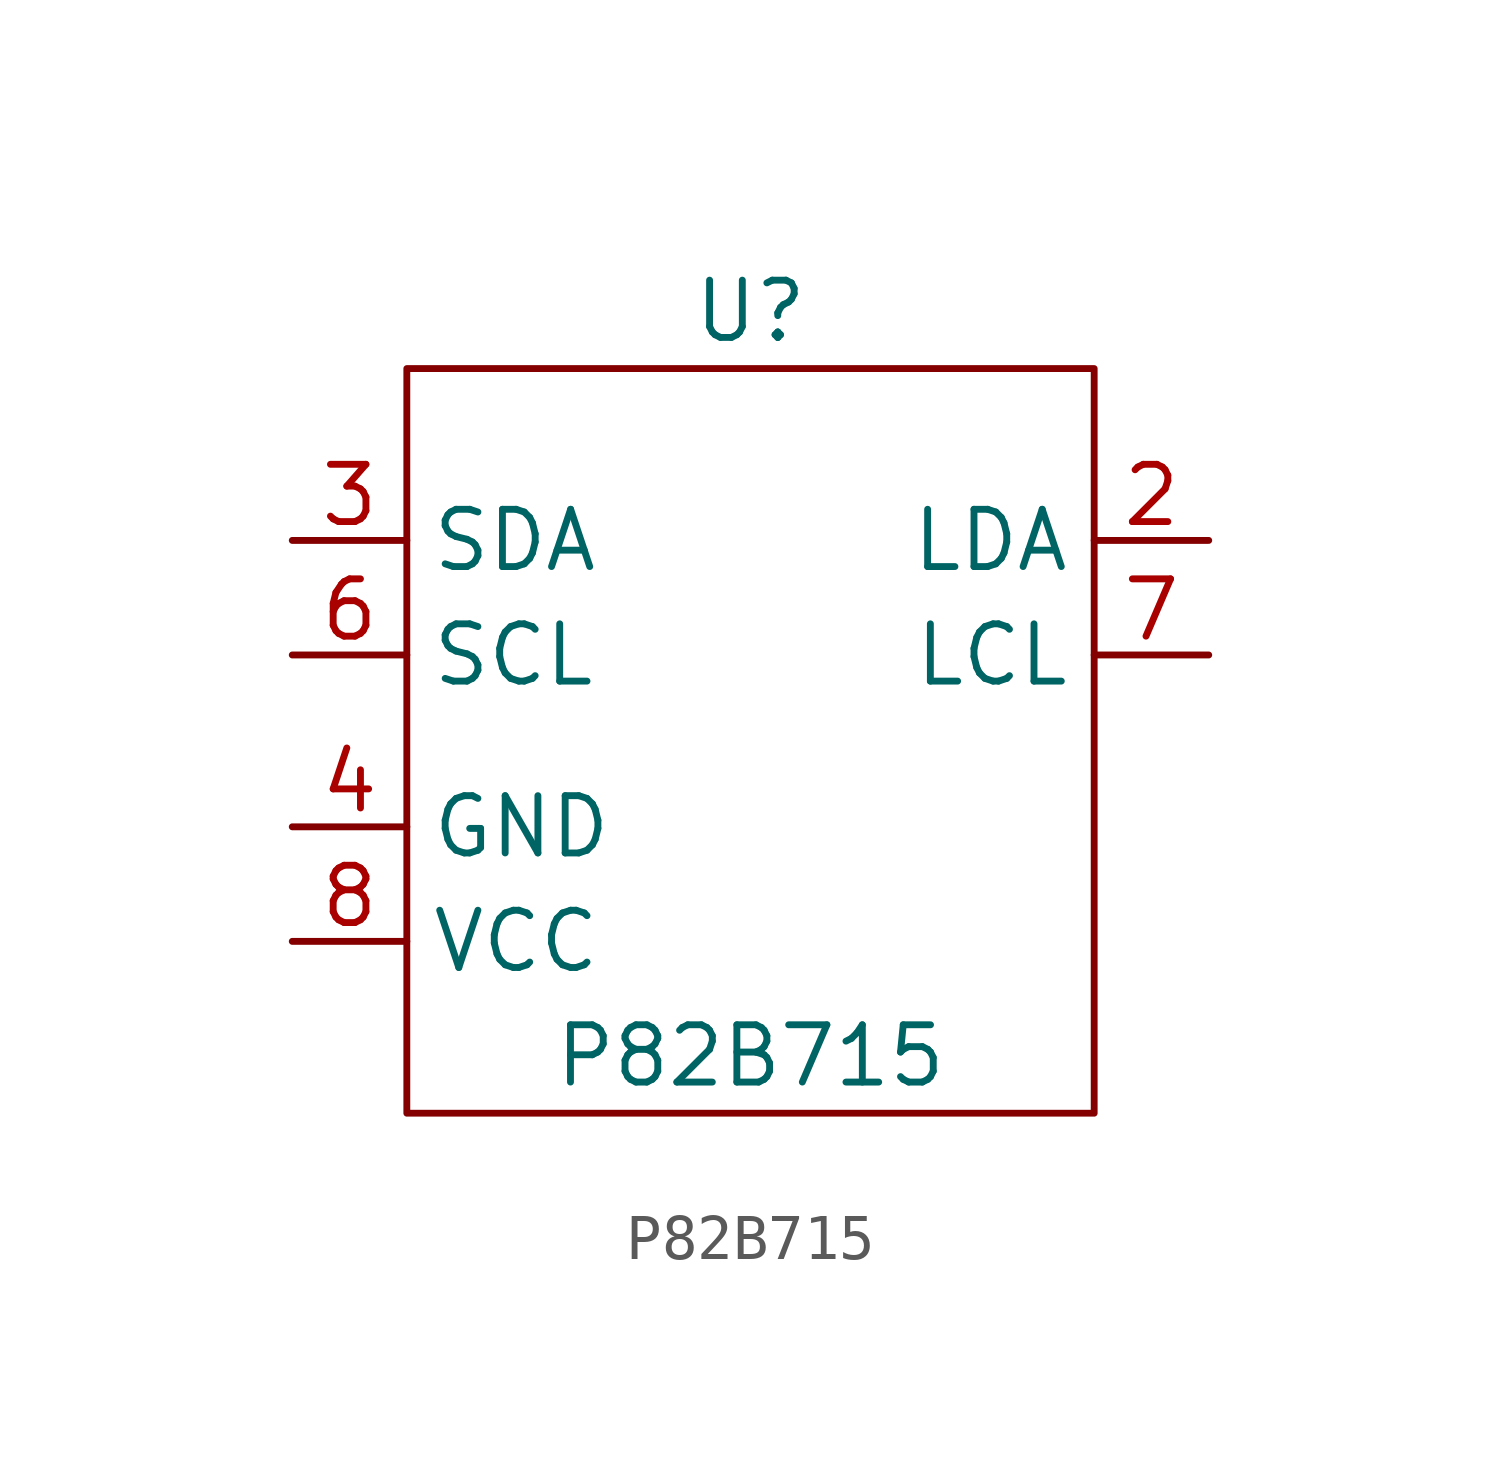
<source format=kicad_sym>
(kicad_symbol_lib
  (version 20211014)
  (generator kicad_symbol_editor)
  (symbol "P82B715"
    (property "Reference" "U"
      (at 0 0 0)
      (effects (font (size 1.27 1.27))))
    (property "Value" "P82B715"
      (at 0 -16.51 0)
      (effects (font (size 1.27 1.27))))
    (symbol "P82B715_0_1"
      (rectangle (start -7.62 -1.27) (end 7.62 -17.78) (stroke (width 0.152) (type default) (color 0 0 0 0)) (fill (type none))))
    (symbol "P82B715_1_1"
      (pin bidirectional line (at 10.16 -5.08 180) (length 2.54) (name "LDA" (effects (font (size 1.27 1.27)))) (number "2" (effects (font (size 1.27 1.27)))))
      (pin bidirectional line (at -10.16 -5.08 0) (length 2.54) (name "SDA" (effects (font (size 1.27 1.27)))) (number "3" (effects (font (size 1.27 1.27)))))
      (pin power_in line (at -10.16 -11.43 0) (length 2.54) (name "GND" (effects (font (size 1.27 1.27)))) (number "4" (effects (font (size 1.27 1.27)))))
      (pin bidirectional line (at -10.16 -7.62 0) (length 2.54) (name "SCL" (effects (font (size 1.27 1.27)))) (number "6" (effects (font (size 1.27 1.27)))))
      (pin bidirectional line (at 10.16 -7.62 180) (length 2.54) (name "LCL" (effects (font (size 1.27 1.27)))) (number "7" (effects (font (size 1.27 1.27)))))
      (pin power_in line (at -10.16 -13.97 0) (length 2.54) (name "VCC" (effects (font (size 1.27 1.27)))) (number "8" (effects (font (size 1.27 1.27))))))))
</source>
